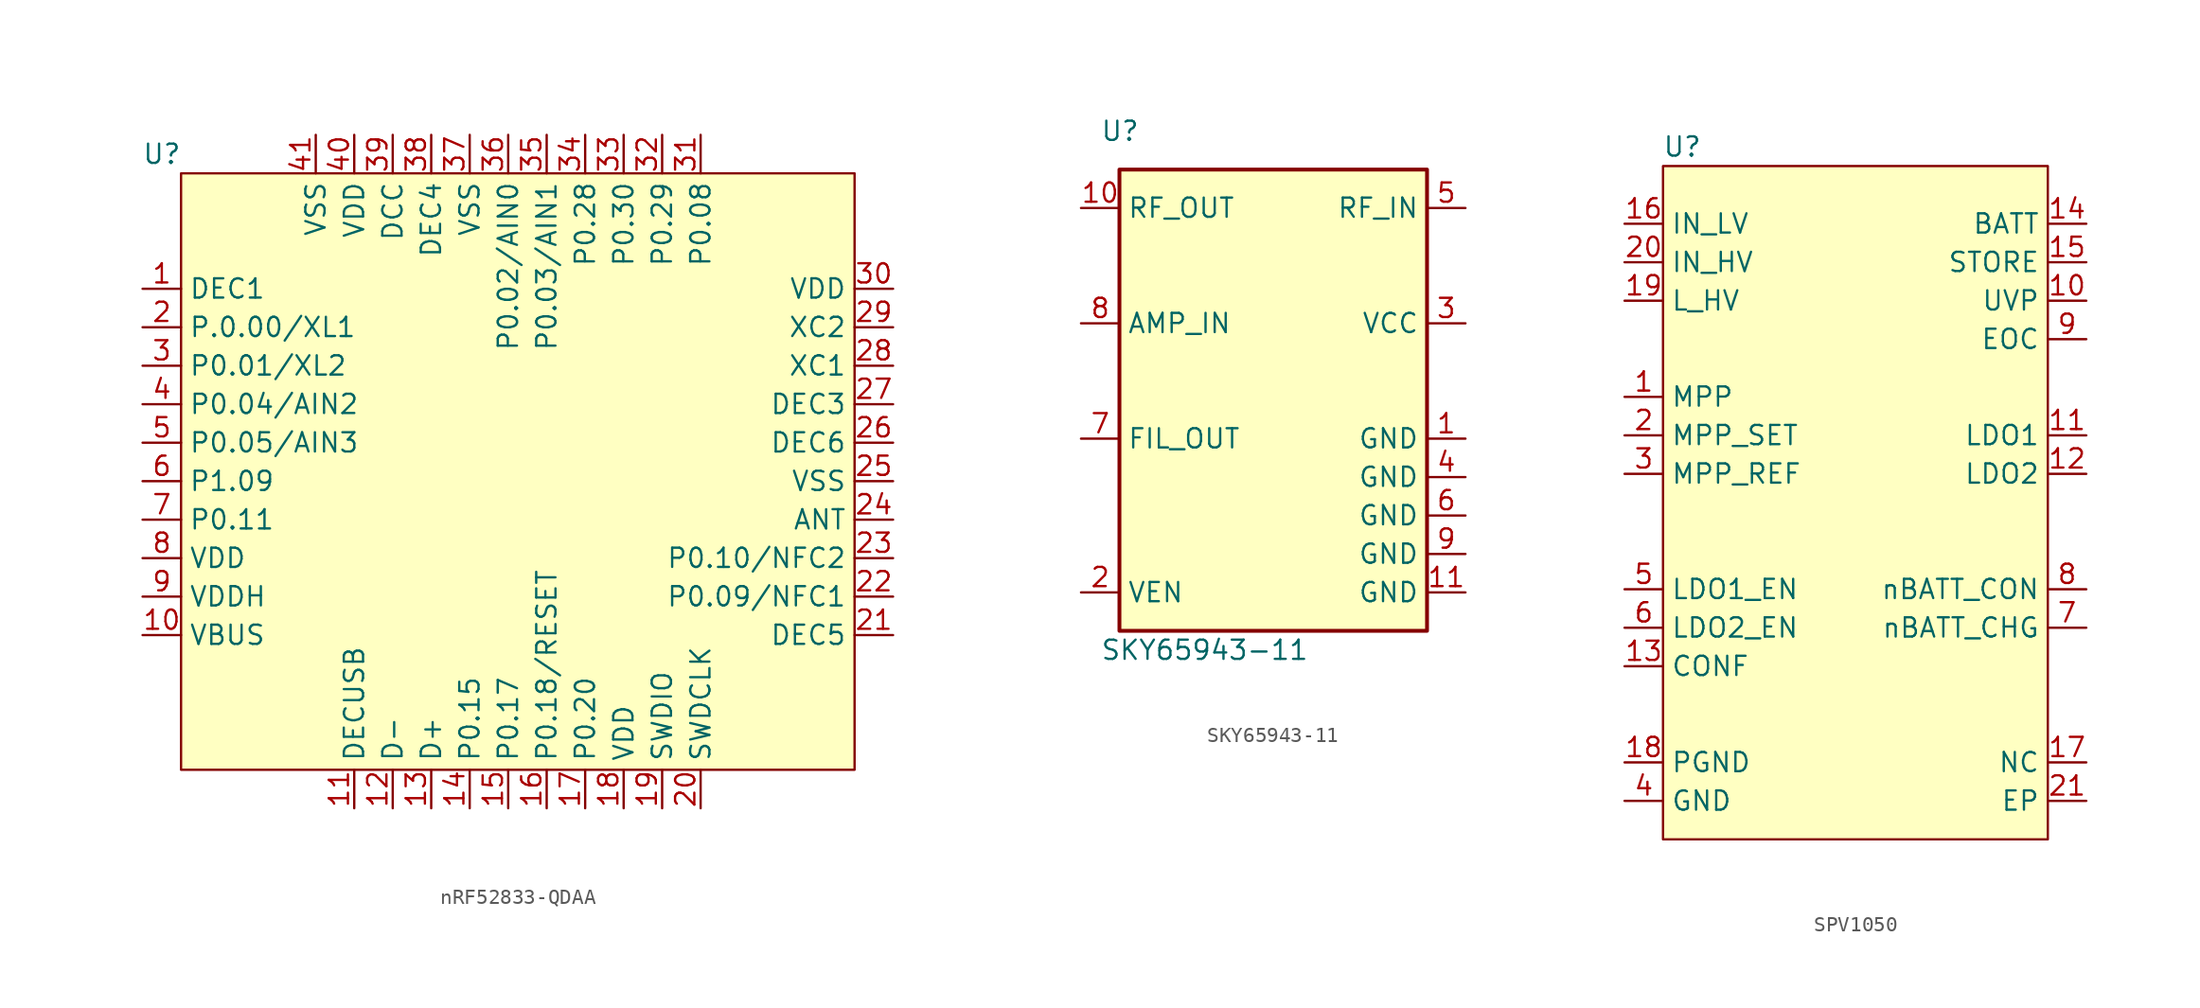
<source format=kicad_sym>
(kicad_symbol_lib
  (version 20241209)
  (generator "kicad_symbol_editor")
  (generator_version "9.0")
  (symbol "nRF52833-QDAA"
    (property "Reference" "U"
      (at -1.27 1.27 0)
      (effects (font (size 1.27 1.27))))
    (property "Value" ""
      (at 0 0 0)
      (effects (font (size 1.27 1.27))))
    (symbol "nRF52833-QDAA_1_1"
      (rectangle (start 0 0) (end 44.45 -39.37) (stroke (width 0) (type default)) (fill (type background)))
      (pin passive line (at -2.54 -7.62 0) (length 2.54) (name "DEC1" (effects (font (size 1.27 1.27)))) (number "1" (effects (font (size 1.27 1.27)))))
      (pin passive line (at -2.54 -10.16 0) (length 2.54) (name "P.0.00/XL1" (effects (font (size 1.27 1.27)))) (number "2" (effects (font (size 1.27 1.27)))))
      (pin passive line (at -2.54 -12.7 0) (length 2.54) (name "P0.01/XL2" (effects (font (size 1.27 1.27)))) (number "3" (effects (font (size 1.27 1.27)))))
      (pin passive line (at -2.54 -15.24 0) (length 2.54) (name "P0.04/AIN2" (effects (font (size 1.27 1.27)))) (number "4" (effects (font (size 1.27 1.27)))))
      (pin passive line (at -2.54 -17.78 0) (length 2.54) (name "P0.05/AIN3" (effects (font (size 1.27 1.27)))) (number "5" (effects (font (size 1.27 1.27)))))
      (pin passive line (at -2.54 -20.32 0) (length 2.54) (name "P1.09" (effects (font (size 1.27 1.27)))) (number "6" (effects (font (size 1.27 1.27)))))
      (pin passive line (at -2.54 -22.86 0) (length 2.54) (name "P0.11" (effects (font (size 1.27 1.27)))) (number "7" (effects (font (size 1.27 1.27)))))
      (pin passive line (at -2.54 -25.4 0) (length 2.54) (name "VDD" (effects (font (size 1.27 1.27)))) (number "8" (effects (font (size 1.27 1.27)))))
      (pin passive line (at -2.54 -27.94 0) (length 2.54) (name "VDDH" (effects (font (size 1.27 1.27)))) (number "9" (effects (font (size 1.27 1.27)))))
      (pin passive line (at -2.54 -30.48 0) (length 2.54) (name "VBUS" (effects (font (size 1.27 1.27)))) (number "10" (effects (font (size 1.27 1.27)))))
      (pin passive line (at 8.89 2.54 270) (length 2.54) (name "VSS" (effects (font (size 1.27 1.27)))) (number "41" (effects (font (size 1.27 1.27)))))
      (pin passive line (at 11.43 2.54 270) (length 2.54) (name "VDD" (effects (font (size 1.27 1.27)))) (number "40" (effects (font (size 1.27 1.27)))))
      (pin passive line (at 11.43 -41.91 90) (length 2.54) (name "DECUSB" (effects (font (size 1.27 1.27)))) (number "11" (effects (font (size 1.27 1.27)))))
      (pin passive line (at 13.97 2.54 270) (length 2.54) (name "DCC" (effects (font (size 1.27 1.27)))) (number "39" (effects (font (size 1.27 1.27)))))
      (pin passive line (at 13.97 -41.91 90) (length 2.54) (name "D-" (effects (font (size 1.27 1.27)))) (number "12" (effects (font (size 1.27 1.27)))))
      (pin passive line (at 16.51 2.54 270) (length 2.54) (name "DEC4" (effects (font (size 1.27 1.27)))) (number "38" (effects (font (size 1.27 1.27)))))
      (pin passive line (at 16.51 -41.91 90) (length 2.54) (name "D+" (effects (font (size 1.27 1.27)))) (number "13" (effects (font (size 1.27 1.27)))))
      (pin passive line (at 19.05 2.54 270) (length 2.54) (name "VSS" (effects (font (size 1.27 1.27)))) (number "37" (effects (font (size 1.27 1.27)))))
      (pin passive line (at 19.05 -41.91 90) (length 2.54) (name "P0.15" (effects (font (size 1.27 1.27)))) (number "14" (effects (font (size 1.27 1.27)))))
      (pin passive line (at 21.59 2.54 270) (length 2.54) (name "P0.02/AIN0" (effects (font (size 1.27 1.27)))) (number "36" (effects (font (size 1.27 1.27)))))
      (pin passive line (at 21.59 -41.91 90) (length 2.54) (name "P0.17" (effects (font (size 1.27 1.27)))) (number "15" (effects (font (size 1.27 1.27)))))
      (pin passive line (at 24.13 2.54 270) (length 2.54) (name "P0.03/AIN1" (effects (font (size 1.27 1.27)))) (number "35" (effects (font (size 1.27 1.27)))))
      (pin passive line (at 24.13 -41.91 90) (length 2.54) (name "P0.18/RESET" (effects (font (size 1.27 1.27)))) (number "16" (effects (font (size 1.27 1.27)))))
      (pin passive line (at 26.67 2.54 270) (length 2.54) (name "P0.28" (effects (font (size 1.27 1.27)))) (number "34" (effects (font (size 1.27 1.27)))))
      (pin passive line (at 26.67 -41.91 90) (length 2.54) (name "P0.20" (effects (font (size 1.27 1.27)))) (number "17" (effects (font (size 1.27 1.27)))))
      (pin passive line (at 29.21 2.54 270) (length 2.54) (name "P0.30" (effects (font (size 1.27 1.27)))) (number "33" (effects (font (size 1.27 1.27)))))
      (pin passive line (at 29.21 -41.91 90) (length 2.54) (name "VDD" (effects (font (size 1.27 1.27)))) (number "18" (effects (font (size 1.27 1.27)))))
      (pin passive line (at 31.75 2.54 270) (length 2.54) (name "P0.29" (effects (font (size 1.27 1.27)))) (number "32" (effects (font (size 1.27 1.27)))))
      (pin passive line (at 31.75 -41.91 90) (length 2.54) (name "SWDIO" (effects (font (size 1.27 1.27)))) (number "19" (effects (font (size 1.27 1.27)))))
      (pin passive line (at 34.29 2.54 270) (length 2.54) (name "P0.08" (effects (font (size 1.27 1.27)))) (number "31" (effects (font (size 1.27 1.27)))))
      (pin passive line (at 34.29 -41.91 90) (length 2.54) (name "SWDCLK" (effects (font (size 1.27 1.27)))) (number "20" (effects (font (size 1.27 1.27)))))
      (pin passive line (at 46.99 -7.62 180) (length 2.54) (name "VDD" (effects (font (size 1.27 1.27)))) (number "30" (effects (font (size 1.27 1.27)))))
      (pin passive line (at 46.99 -10.16 180) (length 2.54) (name "XC2" (effects (font (size 1.27 1.27)))) (number "29" (effects (font (size 1.27 1.27)))))
      (pin passive line (at 46.99 -12.7 180) (length 2.54) (name "XC1" (effects (font (size 1.27 1.27)))) (number "28" (effects (font (size 1.27 1.27)))))
      (pin passive line (at 46.99 -15.24 180) (length 2.54) (name "DEC3" (effects (font (size 1.27 1.27)))) (number "27" (effects (font (size 1.27 1.27)))))
      (pin passive line (at 46.99 -17.78 180) (length 2.54) (name "DEC6" (effects (font (size 1.27 1.27)))) (number "26" (effects (font (size 1.27 1.27)))))
      (pin passive line (at 46.99 -20.32 180) (length 2.54) (name "VSS" (effects (font (size 1.27 1.27)))) (number "25" (effects (font (size 1.27 1.27)))))
      (pin passive line (at 46.99 -22.86 180) (length 2.54) (name "ANT" (effects (font (size 1.27 1.27)))) (number "24" (effects (font (size 1.27 1.27)))))
      (pin passive line (at 46.99 -25.4 180) (length 2.54) (name "P0.10/NFC2" (effects (font (size 1.27 1.27)))) (number "23" (effects (font (size 1.27 1.27)))))
      (pin passive line (at 46.99 -27.94 180) (length 2.54) (name "P0.09/NFC1" (effects (font (size 1.27 1.27)))) (number "22" (effects (font (size 1.27 1.27)))))
      (pin passive line (at 46.99 -30.48 180) (length 2.54) (name "DEC5" (effects (font (size 1.27 1.27)))) (number "21" (effects (font (size 1.27 1.27)))))))
  (symbol "SKY65943-11"
    (property "Reference" "U"
      (at -11.43 17.78 0)
      (effects (font (size 1.27 1.27)) (justify left)))
    (property "Value" "SKY65943-11"
      (at -11.43 -16.51 0)
      (effects (font (size 1.27 1.27)) (justify left)))
    (symbol "SKY65943-11_1_1"
      (rectangle (start -10.16 15.24) (end 10.16 -15.24) (stroke (width 0.254) (type default)) (fill (type background)))
      (pin output line (at -12.7 12.7 0) (length 2.54) (name "RF_OUT" (effects (font (size 1.27 1.27)))) (number "10" (effects (font (size 1.27 1.27)))))
      (pin passive line (at -12.7 5.08 0) (length 2.54) (name "AMP_IN" (effects (font (size 1.27 1.27)))) (number "8" (effects (font (size 1.27 1.27)))))
      (pin passive line (at -12.7 -2.54 0) (length 2.54) (name "FIL_OUT" (effects (font (size 1.27 1.27)))) (number "7" (effects (font (size 1.27 1.27)))))
      (pin input line (at -12.7 -12.7 0) (length 2.54) (name "VEN" (effects (font (size 1.27 1.27)))) (number "2" (effects (font (size 1.27 1.27)))))
      (pin output line (at 12.7 12.7 180) (length 2.54) (name "RF_IN" (effects (font (size 1.27 1.27)))) (number "5" (effects (font (size 1.27 1.27)))))
      (pin power_in line (at 12.7 5.08 180) (length 2.54) (name "VCC" (effects (font (size 1.27 1.27)))) (number "3" (effects (font (size 1.27 1.27)))))
      (pin power_in line (at 12.7 -2.54 180) (length 2.54) (name "GND" (effects (font (size 1.27 1.27)))) (number "1" (effects (font (size 1.27 1.27)))))
      (pin power_in line (at 12.7 -5.08 180) (length 2.54) (name "GND" (effects (font (size 1.27 1.27)))) (number "4" (effects (font (size 1.27 1.27)))))
      (pin power_in line (at 12.7 -7.62 180) (length 2.54) (name "GND" (effects (font (size 1.27 1.27)))) (number "6" (effects (font (size 1.27 1.27)))))
      (pin power_in line (at 12.7 -10.16 180) (length 2.54) (name "GND" (effects (font (size 1.27 1.27)))) (number "9" (effects (font (size 1.27 1.27)))))
      (pin input line (at 12.7 -12.7 180) (length 2.54) (name "GND" (effects (font (size 1.27 1.27)))) (number "11" (effects (font (size 1.27 1.27)))))))
  (symbol "SPV1050"
    (property "Reference" "U"
      (at 1.27 1.27 0)
      (effects (font (size 1.27 1.27))))
    (property "Value" ""
      (at 0 0 0)
      (effects (font (size 1.27 1.27))))
    (symbol "SPV1050_1_1"
      (rectangle (start 0 0) (end 25.4 -44.45) (stroke (width 0) (type default)) (fill (type background)))
      (pin passive line (at -2.54 -3.81 0) (length 2.54) (name "IN_LV" (effects (font (size 1.27 1.27)))) (number "16" (effects (font (size 1.27 1.27)))))
      (pin passive line (at -2.54 -6.35 0) (length 2.54) (name "IN_HV" (effects (font (size 1.27 1.27)))) (number "20" (effects (font (size 1.27 1.27)))))
      (pin passive line (at -2.54 -8.89 0) (length 2.54) (name "L_HV" (effects (font (size 1.27 1.27)))) (number "19" (effects (font (size 1.27 1.27)))))
      (pin passive line (at -2.54 -15.24 0) (length 2.54) (name "MPP" (effects (font (size 1.27 1.27)))) (number "1" (effects (font (size 1.27 1.27)))))
      (pin passive line (at -2.54 -17.78 0) (length 2.54) (name "MPP_SET" (effects (font (size 1.27 1.27)))) (number "2" (effects (font (size 1.27 1.27)))))
      (pin passive line (at -2.54 -20.32 0) (length 2.54) (name "MPP_REF" (effects (font (size 1.27 1.27)))) (number "3" (effects (font (size 1.27 1.27)))))
      (pin passive line (at -2.54 -27.94 0) (length 2.54) (name "LDO1_EN" (effects (font (size 1.27 1.27)))) (number "5" (effects (font (size 1.27 1.27)))))
      (pin passive line (at -2.54 -30.48 0) (length 2.54) (name "LDO2_EN" (effects (font (size 1.27 1.27)))) (number "6" (effects (font (size 1.27 1.27)))))
      (pin passive line (at -2.54 -33.02 0) (length 2.54) (name "CONF" (effects (font (size 1.27 1.27)))) (number "13" (effects (font (size 1.27 1.27)))))
      (pin passive line (at -2.54 -39.37 0) (length 2.54) (name "PGND" (effects (font (size 1.27 1.27)))) (number "18" (effects (font (size 1.27 1.27)))))
      (pin passive line (at -2.54 -41.91 0) (length 2.54) (name "GND" (effects (font (size 1.27 1.27)))) (number "4" (effects (font (size 1.27 1.27)))))
      (pin passive line (at 27.94 -3.81 180) (length 2.54) (name "BATT" (effects (font (size 1.27 1.27)))) (number "14" (effects (font (size 1.27 1.27)))))
      (pin passive line (at 27.94 -6.35 180) (length 2.54) (name "STORE" (effects (font (size 1.27 1.27)))) (number "15" (effects (font (size 1.27 1.27)))))
      (pin passive line (at 27.94 -8.89 180) (length 2.54) (name "UVP" (effects (font (size 1.27 1.27)))) (number "10" (effects (font (size 1.27 1.27)))))
      (pin passive line (at 27.94 -11.43 180) (length 2.54) (name "EOC" (effects (font (size 1.27 1.27)))) (number "9" (effects (font (size 1.27 1.27)))))
      (pin passive line (at 27.94 -17.78 180) (length 2.54) (name "LDO1" (effects (font (size 1.27 1.27)))) (number "11" (effects (font (size 1.27 1.27)))))
      (pin passive line (at 27.94 -20.32 180) (length 2.54) (name "LDO2" (effects (font (size 1.27 1.27)))) (number "12" (effects (font (size 1.27 1.27)))))
      (pin passive line (at 27.94 -27.94 180) (length 2.54) (name "nBATT_CON" (effects (font (size 1.27 1.27)))) (number "8" (effects (font (size 1.27 1.27)))))
      (pin passive line (at 27.94 -30.48 180) (length 2.54) (name "nBATT_CHG" (effects (font (size 1.27 1.27)))) (number "7" (effects (font (size 1.27 1.27)))))
      (pin passive line (at 27.94 -39.37 180) (length 2.54) (name "NC" (effects (font (size 1.27 1.27)))) (number "17" (effects (font (size 1.27 1.27)))))
      (pin passive line (at 27.94 -41.91 180) (length 2.54) (name "EP" (effects (font (size 1.27 1.27)))) (number "21" (effects (font (size 1.27 1.27))))))))
</source>
